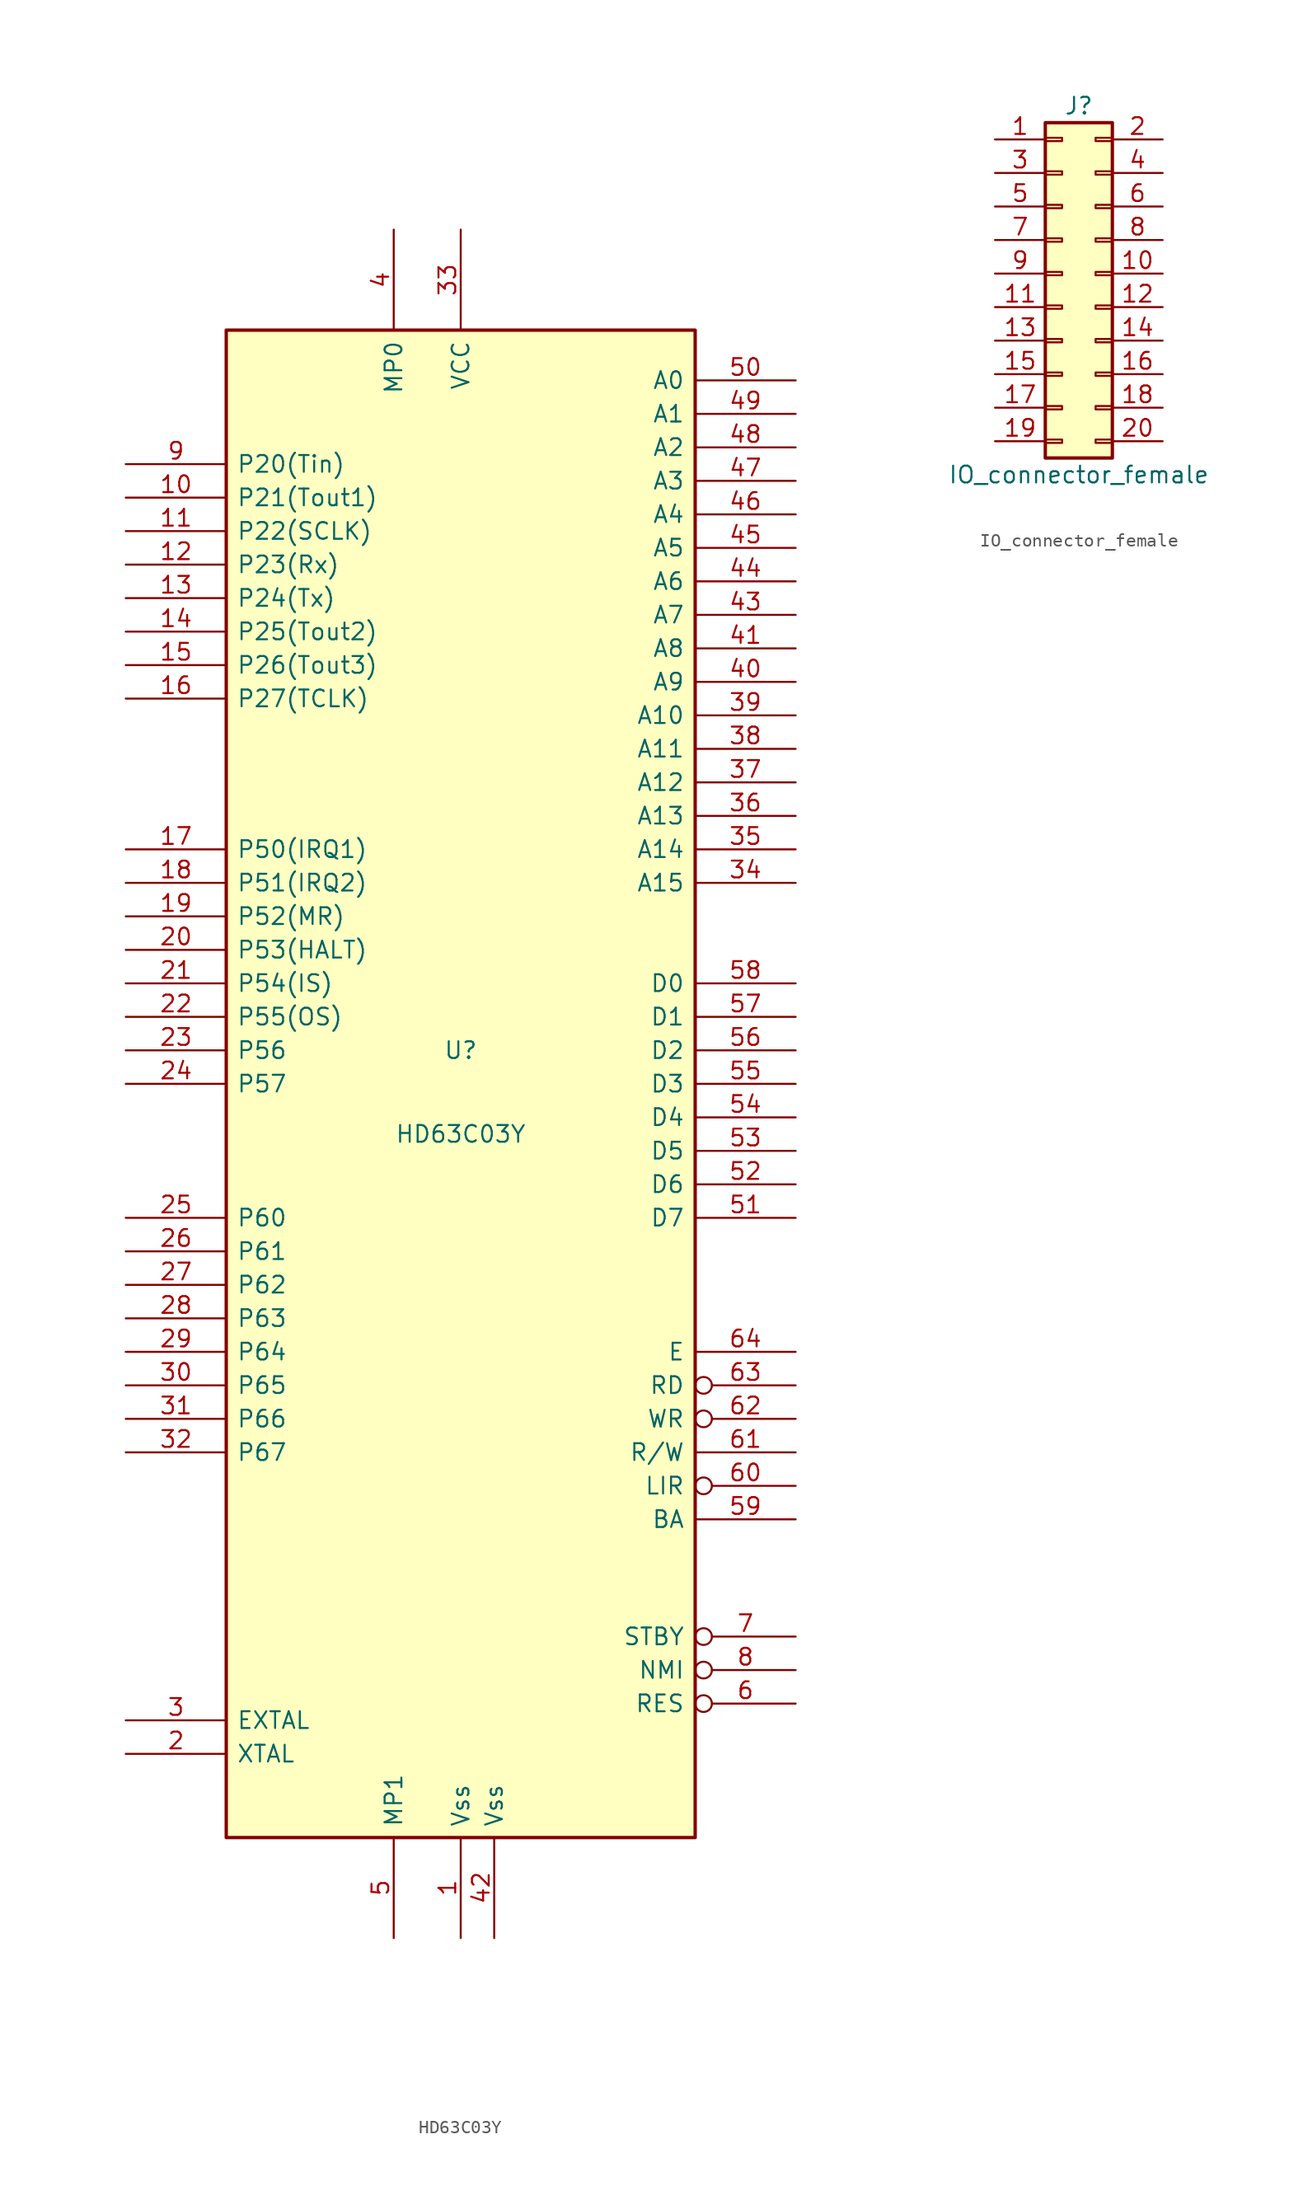
<source format=kicad_sym>
(kicad_symbol_lib
  (version 20220914)
  (generator kicad_symbol_editor)
  (symbol "HD63C03Y"
    (pin_names
      (offset 0.762))
    (property "Reference" "U"
      (at 0 2.54 0)
      (effects (font (size 1.27 1.27))))
    (property "Value" "HD63C03Y"
      (at 0 -3.81 0)
      (effects (font (size 1.27 1.27))))
    (symbol "HD63C03Y_0_1"
      (rectangle (start -17.78 57.15) (end 17.78 -57.15) (stroke (width 0.254) (type default)) (fill (type background))))
    (symbol "HD63C03Y_1_1"
      (pin power_in line (at 0 -64.77 90) (length 7.62) (name "Vss" (effects (font (size 1.27 1.27)))) (number "1" (effects (font (size 1.27 1.27)))))
      (pin bidirectional line (at -25.4 44.45 0) (length 7.62) (name "P21(Tout1)" (effects (font (size 1.27 1.27)))) (number "10" (effects (font (size 1.27 1.27)))))
      (pin bidirectional line (at -25.4 41.91 0) (length 7.62) (name "P22(SCLK)" (effects (font (size 1.27 1.27)))) (number "11" (effects (font (size 1.27 1.27)))))
      (pin bidirectional line (at -25.4 39.37 0) (length 7.62) (name "P23(Rx)" (effects (font (size 1.27 1.27)))) (number "12" (effects (font (size 1.27 1.27)))))
      (pin bidirectional line (at -25.4 36.83 0) (length 7.62) (name "P24(Tx)" (effects (font (size 1.27 1.27)))) (number "13" (effects (font (size 1.27 1.27)))))
      (pin bidirectional line (at -25.4 34.29 0) (length 7.62) (name "P25(Tout2)" (effects (font (size 1.27 1.27)))) (number "14" (effects (font (size 1.27 1.27)))))
      (pin bidirectional line (at -25.4 31.75 0) (length 7.62) (name "P26(Tout3)" (effects (font (size 1.27 1.27)))) (number "15" (effects (font (size 1.27 1.27)))))
      (pin bidirectional line (at -25.4 29.21 0) (length 7.62) (name "P27(TCLK)" (effects (font (size 1.27 1.27)))) (number "16" (effects (font (size 1.27 1.27)))))
      (pin bidirectional line (at -25.4 17.78 0) (length 7.62) (name "P50(IRQ1)" (effects (font (size 1.27 1.27)))) (number "17" (effects (font (size 1.27 1.27)))))
      (pin bidirectional line (at -25.4 15.24 0) (length 7.62) (name "P51(IRQ2)" (effects (font (size 1.27 1.27)))) (number "18" (effects (font (size 1.27 1.27)))))
      (pin bidirectional line (at -25.4 12.7 0) (length 7.62) (name "P52(MR)" (effects (font (size 1.27 1.27)))) (number "19" (effects (font (size 1.27 1.27)))))
      (pin bidirectional line (at -25.4 -50.8 0) (length 7.62) (name "XTAL" (effects (font (size 1.27 1.27)))) (number "2" (effects (font (size 1.27 1.27)))))
      (pin bidirectional line (at -25.4 10.16 0) (length 7.62) (name "P53(HALT)" (effects (font (size 1.27 1.27)))) (number "20" (effects (font (size 1.27 1.27)))))
      (pin bidirectional line (at -25.4 7.62 0) (length 7.62) (name "P54(IS)" (effects (font (size 1.27 1.27)))) (number "21" (effects (font (size 1.27 1.27)))))
      (pin bidirectional line (at -25.4 5.08 0) (length 7.62) (name "P55(OS)" (effects (font (size 1.27 1.27)))) (number "22" (effects (font (size 1.27 1.27)))))
      (pin bidirectional line (at -25.4 2.54 0) (length 7.62) (name "P56" (effects (font (size 1.27 1.27)))) (number "23" (effects (font (size 1.27 1.27)))))
      (pin bidirectional line (at -25.4 0 0) (length 7.62) (name "P57" (effects (font (size 1.27 1.27)))) (number "24" (effects (font (size 1.27 1.27)))))
      (pin bidirectional line (at -25.4 -10.16 0) (length 7.62) (name "P60" (effects (font (size 1.27 1.27)))) (number "25" (effects (font (size 1.27 1.27)))))
      (pin bidirectional line (at -25.4 -12.7 0) (length 7.62) (name "P61" (effects (font (size 1.27 1.27)))) (number "26" (effects (font (size 1.27 1.27)))))
      (pin bidirectional line (at -25.4 -15.24 0) (length 7.62) (name "P62" (effects (font (size 1.27 1.27)))) (number "27" (effects (font (size 1.27 1.27)))))
      (pin bidirectional line (at -25.4 -17.78 0) (length 7.62) (name "P63" (effects (font (size 1.27 1.27)))) (number "28" (effects (font (size 1.27 1.27)))))
      (pin bidirectional line (at -25.4 -20.32 0) (length 7.62) (name "P64" (effects (font (size 1.27 1.27)))) (number "29" (effects (font (size 1.27 1.27)))))
      (pin bidirectional line (at -25.4 -48.26 0) (length 7.62) (name "EXTAL" (effects (font (size 1.27 1.27)))) (number "3" (effects (font (size 1.27 1.27)))))
      (pin bidirectional line (at -25.4 -22.86 0) (length 7.62) (name "P65" (effects (font (size 1.27 1.27)))) (number "30" (effects (font (size 1.27 1.27)))))
      (pin bidirectional line (at -25.4 -25.4 0) (length 7.62) (name "P66" (effects (font (size 1.27 1.27)))) (number "31" (effects (font (size 1.27 1.27)))))
      (pin bidirectional line (at -25.4 -27.94 0) (length 7.62) (name "P67" (effects (font (size 1.27 1.27)))) (number "32" (effects (font (size 1.27 1.27)))))
      (pin power_in line (at 0 64.77 270) (length 7.62) (name "VCC" (effects (font (size 1.27 1.27)))) (number "33" (effects (font (size 1.27 1.27)))))
      (pin output line (at 25.4 15.24 180) (length 7.62) (name "A15" (effects (font (size 1.27 1.27)))) (number "34" (effects (font (size 1.27 1.27)))))
      (pin output line (at 25.4 17.78 180) (length 7.62) (name "A14" (effects (font (size 1.27 1.27)))) (number "35" (effects (font (size 1.27 1.27)))))
      (pin output line (at 25.4 20.32 180) (length 7.62) (name "A13" (effects (font (size 1.27 1.27)))) (number "36" (effects (font (size 1.27 1.27)))))
      (pin output line (at 25.4 22.86 180) (length 7.62) (name "A12" (effects (font (size 1.27 1.27)))) (number "37" (effects (font (size 1.27 1.27)))))
      (pin output line (at 25.4 25.4 180) (length 7.62) (name "A11" (effects (font (size 1.27 1.27)))) (number "38" (effects (font (size 1.27 1.27)))))
      (pin output line (at 25.4 27.94 180) (length 7.62) (name "A10" (effects (font (size 1.27 1.27)))) (number "39" (effects (font (size 1.27 1.27)))))
      (pin input line (at -5.08 64.77 270) (length 7.62) (name "MP0" (effects (font (size 1.27 1.27)))) (number "4" (effects (font (size 1.27 1.27)))))
      (pin output line (at 25.4 30.48 180) (length 7.62) (name "A9" (effects (font (size 1.27 1.27)))) (number "40" (effects (font (size 1.27 1.27)))))
      (pin output line (at 25.4 33.02 180) (length 7.62) (name "A8" (effects (font (size 1.27 1.27)))) (number "41" (effects (font (size 1.27 1.27)))))
      (pin power_in line (at 2.54 -64.77 90) (length 7.62) (name "Vss" (effects (font (size 1.27 1.27)))) (number "42" (effects (font (size 1.27 1.27)))))
      (pin output line (at 25.4 35.56 180) (length 7.62) (name "A7" (effects (font (size 1.27 1.27)))) (number "43" (effects (font (size 1.27 1.27)))))
      (pin output line (at 25.4 38.1 180) (length 7.62) (name "A6" (effects (font (size 1.27 1.27)))) (number "44" (effects (font (size 1.27 1.27)))))
      (pin output line (at 25.4 40.64 180) (length 7.62) (name "A5" (effects (font (size 1.27 1.27)))) (number "45" (effects (font (size 1.27 1.27)))))
      (pin output line (at 25.4 43.18 180) (length 7.62) (name "A4" (effects (font (size 1.27 1.27)))) (number "46" (effects (font (size 1.27 1.27)))))
      (pin output line (at 25.4 45.72 180) (length 7.62) (name "A3" (effects (font (size 1.27 1.27)))) (number "47" (effects (font (size 1.27 1.27)))))
      (pin output line (at 25.4 48.26 180) (length 7.62) (name "A2" (effects (font (size 1.27 1.27)))) (number "48" (effects (font (size 1.27 1.27)))))
      (pin output line (at 25.4 50.8 180) (length 7.62) (name "A1" (effects (font (size 1.27 1.27)))) (number "49" (effects (font (size 1.27 1.27)))))
      (pin input line (at -5.08 -64.77 90) (length 7.62) (name "MP1" (effects (font (size 1.27 1.27)))) (number "5" (effects (font (size 1.27 1.27)))))
      (pin output line (at 25.4 53.34 180) (length 7.62) (name "A0" (effects (font (size 1.27 1.27)))) (number "50" (effects (font (size 1.27 1.27)))))
      (pin bidirectional line (at 25.4 -10.16 180) (length 7.62) (name "D7" (effects (font (size 1.27 1.27)))) (number "51" (effects (font (size 1.27 1.27)))))
      (pin bidirectional line (at 25.4 -7.62 180) (length 7.62) (name "D6" (effects (font (size 1.27 1.27)))) (number "52" (effects (font (size 1.27 1.27)))))
      (pin bidirectional line (at 25.4 -5.08 180) (length 7.62) (name "D5" (effects (font (size 1.27 1.27)))) (number "53" (effects (font (size 1.27 1.27)))))
      (pin bidirectional line (at 25.4 -2.54 180) (length 7.62) (name "D4" (effects (font (size 1.27 1.27)))) (number "54" (effects (font (size 1.27 1.27)))))
      (pin bidirectional line (at 25.4 0 180) (length 7.62) (name "D3" (effects (font (size 1.27 1.27)))) (number "55" (effects (font (size 1.27 1.27)))))
      (pin bidirectional line (at 25.4 2.54 180) (length 7.62) (name "D2" (effects (font (size 1.27 1.27)))) (number "56" (effects (font (size 1.27 1.27)))))
      (pin bidirectional line (at 25.4 5.08 180) (length 7.62) (name "D1" (effects (font (size 1.27 1.27)))) (number "57" (effects (font (size 1.27 1.27)))))
      (pin bidirectional line (at 25.4 7.62 180) (length 7.62) (name "D0" (effects (font (size 1.27 1.27)))) (number "58" (effects (font (size 1.27 1.27)))))
      (pin output line (at 25.4 -33.02 180) (length 7.62) (name "BA" (effects (font (size 1.27 1.27)))) (number "59" (effects (font (size 1.27 1.27)))))
      (pin input inverted (at 25.4 -46.99 180) (length 7.62) (name "RES" (effects (font (size 1.27 1.27)))) (number "6" (effects (font (size 1.27 1.27)))))
      (pin output inverted (at 25.4 -30.48 180) (length 7.62) (name "LIR" (effects (font (size 1.27 1.27)))) (number "60" (effects (font (size 1.27 1.27)))))
      (pin output line (at 25.4 -27.94 180) (length 7.62) (name "R/W" (effects (font (size 1.27 1.27)))) (number "61" (effects (font (size 1.27 1.27)))))
      (pin output inverted (at 25.4 -25.4 180) (length 7.62) (name "WR" (effects (font (size 1.27 1.27)))) (number "62" (effects (font (size 1.27 1.27)))))
      (pin output inverted (at 25.4 -22.86 180) (length 7.62) (name "RD" (effects (font (size 1.27 1.27)))) (number "63" (effects (font (size 1.27 1.27)))))
      (pin output line (at 25.4 -20.32 180) (length 7.62) (name "E" (effects (font (size 1.27 1.27)))) (number "64" (effects (font (size 1.27 1.27)))))
      (pin input inverted (at 25.4 -41.91 180) (length 7.62) (name "STBY" (effects (font (size 1.27 1.27)))) (number "7" (effects (font (size 1.27 1.27)))))
      (pin input inverted (at 25.4 -44.45 180) (length 7.62) (name "NMI" (effects (font (size 1.27 1.27)))) (number "8" (effects (font (size 1.27 1.27)))))
      (pin bidirectional line (at -25.4 46.99 0) (length 7.62) (name "P20(Tin)" (effects (font (size 1.27 1.27)))) (number "9" (effects (font (size 1.27 1.27)))))))
  (symbol "IO_connector_female"
    (pin_names
      (offset 1.016) hide)
    (property "Reference" "J"
      (at 1.27 12.7 0)
      (effects (font (size 1.27 1.27))))
    (property "Value" "IO_connector_female"
      (at 1.27 -15.24 0)
      (effects (font (size 1.27 1.27))))
    (symbol "IO_connector_female_1_1"
      (rectangle (start -1.27 -12.573) (end 0 -12.827) (stroke (width 0.152) (type default)) (fill (type none)))
      (rectangle (start -1.27 -10.033) (end 0 -10.287) (stroke (width 0.152) (type default)) (fill (type none)))
      (rectangle (start -1.27 -7.493) (end 0 -7.747) (stroke (width 0.152) (type default)) (fill (type none)))
      (rectangle (start -1.27 -4.953) (end 0 -5.207) (stroke (width 0.152) (type default)) (fill (type none)))
      (rectangle (start -1.27 -2.413) (end 0 -2.667) (stroke (width 0.152) (type default)) (fill (type none)))
      (rectangle (start -1.27 0.127) (end 0 -0.127) (stroke (width 0.152) (type default)) (fill (type none)))
      (rectangle (start -1.27 2.667) (end 0 2.413) (stroke (width 0.152) (type default)) (fill (type none)))
      (rectangle (start -1.27 5.207) (end 0 4.953) (stroke (width 0.152) (type default)) (fill (type none)))
      (rectangle (start -1.27 7.747) (end 0 7.493) (stroke (width 0.152) (type default)) (fill (type none)))
      (rectangle (start -1.27 10.287) (end 0 10.033) (stroke (width 0.152) (type default)) (fill (type none)))
      (rectangle (start -1.27 11.43) (end 3.81 -13.97) (stroke (width 0.254) (type default)) (fill (type background)))
      (rectangle (start 3.81 -12.573) (end 2.54 -12.827) (stroke (width 0.152) (type default)) (fill (type none)))
      (rectangle (start 3.81 -10.033) (end 2.54 -10.287) (stroke (width 0.152) (type default)) (fill (type none)))
      (rectangle (start 3.81 -7.493) (end 2.54 -7.747) (stroke (width 0.152) (type default)) (fill (type none)))
      (rectangle (start 3.81 -4.953) (end 2.54 -5.207) (stroke (width 0.152) (type default)) (fill (type none)))
      (rectangle (start 3.81 -2.413) (end 2.54 -2.667) (stroke (width 0.152) (type default)) (fill (type none)))
      (rectangle (start 3.81 0.127) (end 2.54 -0.127) (stroke (width 0.152) (type default)) (fill (type none)))
      (rectangle (start 3.81 2.667) (end 2.54 2.413) (stroke (width 0.152) (type default)) (fill (type none)))
      (rectangle (start 3.81 5.207) (end 2.54 4.953) (stroke (width 0.152) (type default)) (fill (type none)))
      (rectangle (start 3.81 7.747) (end 2.54 7.493) (stroke (width 0.152) (type default)) (fill (type none)))
      (rectangle (start 3.81 10.287) (end 2.54 10.033) (stroke (width 0.152) (type default)) (fill (type none)))
      (pin passive line (at -5.08 10.16 0) (length 3.81) (name "Pin_1" (effects (font (size 1.27 1.27)))) (number "1" (effects (font (size 1.27 1.27)))))
      (pin passive line (at 7.62 0 180) (length 3.81) (name "Pin_10" (effects (font (size 1.27 1.27)))) (number "10" (effects (font (size 1.27 1.27)))))
      (pin passive line (at -5.08 -2.54 0) (length 3.81) (name "Pin_11" (effects (font (size 1.27 1.27)))) (number "11" (effects (font (size 1.27 1.27)))))
      (pin passive line (at 7.62 -2.54 180) (length 3.81) (name "Pin_12" (effects (font (size 1.27 1.27)))) (number "12" (effects (font (size 1.27 1.27)))))
      (pin passive line (at -5.08 -5.08 0) (length 3.81) (name "Pin_13" (effects (font (size 1.27 1.27)))) (number "13" (effects (font (size 1.27 1.27)))))
      (pin passive line (at 7.62 -5.08 180) (length 3.81) (name "Pin_14" (effects (font (size 1.27 1.27)))) (number "14" (effects (font (size 1.27 1.27)))))
      (pin passive line (at -5.08 -7.62 0) (length 3.81) (name "Pin_15" (effects (font (size 1.27 1.27)))) (number "15" (effects (font (size 1.27 1.27)))))
      (pin passive line (at 7.62 -7.62 180) (length 3.81) (name "Pin_16" (effects (font (size 1.27 1.27)))) (number "16" (effects (font (size 1.27 1.27)))))
      (pin passive line (at -5.08 -10.16 0) (length 3.81) (name "Pin_17" (effects (font (size 1.27 1.27)))) (number "17" (effects (font (size 1.27 1.27)))))
      (pin passive line (at 7.62 -10.16 180) (length 3.81) (name "Pin_18" (effects (font (size 1.27 1.27)))) (number "18" (effects (font (size 1.27 1.27)))))
      (pin passive line (at -5.08 -12.7 0) (length 3.81) (name "Pin_19" (effects (font (size 1.27 1.27)))) (number "19" (effects (font (size 1.27 1.27)))))
      (pin passive line (at 7.62 10.16 180) (length 3.81) (name "Pin_2" (effects (font (size 1.27 1.27)))) (number "2" (effects (font (size 1.27 1.27)))))
      (pin passive line (at 7.62 -12.7 180) (length 3.81) (name "Pin_20" (effects (font (size 1.27 1.27)))) (number "20" (effects (font (size 1.27 1.27)))))
      (pin passive line (at -5.08 7.62 0) (length 3.81) (name "Pin_3" (effects (font (size 1.27 1.27)))) (number "3" (effects (font (size 1.27 1.27)))))
      (pin passive line (at 7.62 7.62 180) (length 3.81) (name "Pin_4" (effects (font (size 1.27 1.27)))) (number "4" (effects (font (size 1.27 1.27)))))
      (pin passive line (at -5.08 5.08 0) (length 3.81) (name "Pin_5" (effects (font (size 1.27 1.27)))) (number "5" (effects (font (size 1.27 1.27)))))
      (pin passive line (at 7.62 5.08 180) (length 3.81) (name "Pin_6" (effects (font (size 1.27 1.27)))) (number "6" (effects (font (size 1.27 1.27)))))
      (pin passive line (at -5.08 2.54 0) (length 3.81) (name "Pin_7" (effects (font (size 1.27 1.27)))) (number "7" (effects (font (size 1.27 1.27)))))
      (pin passive line (at 7.62 2.54 180) (length 3.81) (name "Pin_8" (effects (font (size 1.27 1.27)))) (number "8" (effects (font (size 1.27 1.27)))))
      (pin passive line (at -5.08 0 0) (length 3.81) (name "Pin_9" (effects (font (size 1.27 1.27)))) (number "9" (effects (font (size 1.27 1.27))))))))
</source>
